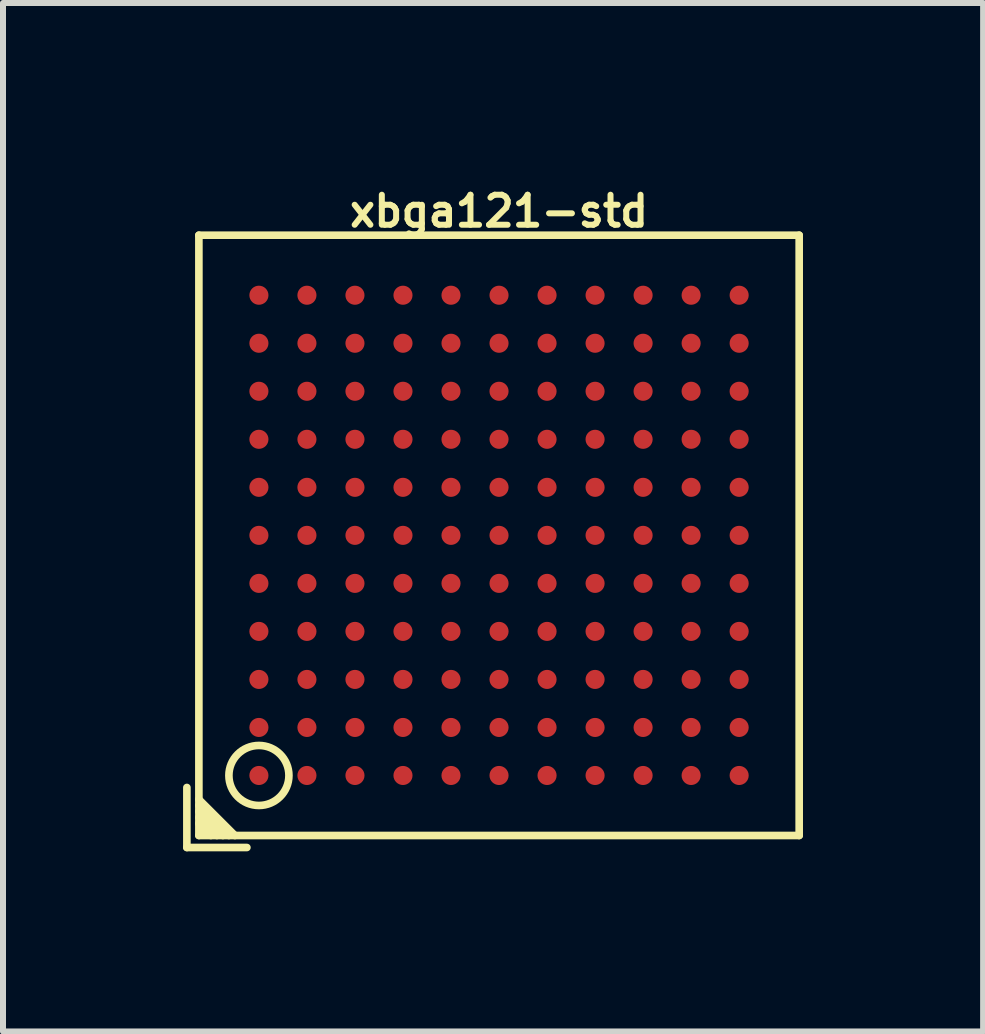
<source format=kicad_pcb>
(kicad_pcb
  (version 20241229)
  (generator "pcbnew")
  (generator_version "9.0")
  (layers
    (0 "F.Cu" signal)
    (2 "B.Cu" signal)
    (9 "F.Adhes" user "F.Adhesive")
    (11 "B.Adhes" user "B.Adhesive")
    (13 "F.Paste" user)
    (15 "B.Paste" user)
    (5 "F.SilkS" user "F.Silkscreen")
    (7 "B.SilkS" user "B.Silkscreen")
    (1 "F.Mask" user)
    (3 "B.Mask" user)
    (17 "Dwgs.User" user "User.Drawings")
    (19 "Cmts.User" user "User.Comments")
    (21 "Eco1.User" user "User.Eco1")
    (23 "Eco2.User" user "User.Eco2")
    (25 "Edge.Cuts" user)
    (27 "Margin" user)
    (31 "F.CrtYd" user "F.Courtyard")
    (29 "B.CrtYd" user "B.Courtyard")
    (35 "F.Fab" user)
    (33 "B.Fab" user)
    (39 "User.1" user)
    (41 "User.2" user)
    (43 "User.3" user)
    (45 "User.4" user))
  (footprint "xbga121-std"
    (layer "F.Cu")
    (at 5.263 5.868)
    (property "Reference" "xbga121-std" (at 0 -5.4 0) (layer "F.SilkS") (effects (font (size 0.5 0.5) (thickness 0.1))))
    (attr through_hole)
    (fp_line (start -5.2 4.2) (end -5.2 5.2) (stroke (width 0.127) (type solid)) (layer "F.SilkS"))
    (fp_line (start -5.2 5.2) (end -4.2 5.2) (stroke (width 0.127) (type solid)) (layer "F.SilkS"))
    (fp_line (start -5 -5) (end -5 5) (stroke (width 0.127) (type solid)) (layer "F.SilkS"))
    (fp_line (start -5 4.7) (end -4.7 5) (stroke (width 0.127) (type solid)) (layer "F.SilkS"))
    (fp_line (start -5 5) (end 5 5) (stroke (width 0.127) (type solid)) (layer "F.SilkS"))
    (fp_line (start -4.8 5) (end -5 4.8) (stroke (width 0.127) (type solid)) (layer "F.SilkS"))
    (fp_line (start -4.6 5) (end -5 4.6) (stroke (width 0.127) (type solid)) (layer "F.SilkS"))
    (fp_line (start -4.5 5) (end -5 4.5) (stroke (width 0.127) (type solid)) (layer "F.SilkS"))
    (fp_line (start -4.4 5) (end -5 4.4) (stroke (width 0.127) (type solid)) (layer "F.SilkS"))
    (fp_line (start 5 -5) (end -5 -5) (stroke (width 0.127) (type solid)) (layer "F.SilkS"))
    (fp_line (start 5 5) (end 5 -5) (stroke (width 0.127) (type solid)) (layer "F.SilkS"))
    (fp_circle (center -4 4) (end -4.4 4.3) (stroke (width 0.127) (type solid)) (fill no) (layer "F.SilkS"))
    (pad "A1" smd circle (at -4 4) (size 0.318 0.318) (layers "F.Cu" "F.Mask" "F.Paste"))
    (pad "A2" smd circle (at -4 3.2) (size 0.318 0.318) (layers "F.Cu" "F.Mask" "F.Paste"))
    (pad "A3" smd circle (at -4 2.4) (size 0.318 0.318) (layers "F.Cu" "F.Mask" "F.Paste"))
    (pad "A4" smd circle (at -4 1.6) (size 0.318 0.318) (layers "F.Cu" "F.Mask" "F.Paste"))
    (pad "A5" smd circle (at -4 0.8) (size 0.318 0.318) (layers "F.Cu" "F.Mask" "F.Paste"))
    (pad "A6" smd circle (at -4 0) (size 0.318 0.318) (layers "F.Cu" "F.Mask" "F.Paste"))
    (pad "A7" smd circle (at -4 -0.8) (size 0.318 0.318) (layers "F.Cu" "F.Mask" "F.Paste"))
    (pad "A8" smd circle (at -4 -1.6) (size 0.318 0.318) (layers "F.Cu" "F.Mask" "F.Paste"))
    (pad "A9" smd circle (at -4 -2.4) (size 0.318 0.318) (layers "F.Cu" "F.Mask" "F.Paste"))
    (pad "A10" smd circle (at -4 -3.2) (size 0.318 0.318) (layers "F.Cu" "F.Mask" "F.Paste"))
    (pad "A11" smd circle (at -4 -4) (size 0.318 0.318) (layers "F.Cu" "F.Mask" "F.Paste"))
    (pad "B1" smd circle (at -3.2 4) (size 0.318 0.318) (layers "F.Cu" "F.Mask" "F.Paste"))
    (pad "B2" smd circle (at -3.2 3.2) (size 0.318 0.318) (layers "F.Cu" "F.Mask" "F.Paste"))
    (pad "B3" smd circle (at -3.2 2.4) (size 0.318 0.318) (layers "F.Cu" "F.Mask" "F.Paste"))
    (pad "B4" smd circle (at -3.2 1.6) (size 0.318 0.318) (layers "F.Cu" "F.Mask" "F.Paste"))
    (pad "B5" smd circle (at -3.2 0.8) (size 0.318 0.318) (layers "F.Cu" "F.Mask" "F.Paste"))
    (pad "B6" smd circle (at -3.2 0) (size 0.318 0.318) (layers "F.Cu" "F.Mask" "F.Paste"))
    (pad "B7" smd circle (at -3.2 -0.8) (size 0.318 0.318) (layers "F.Cu" "F.Mask" "F.Paste"))
    (pad "B8" smd circle (at -3.2 -1.6) (size 0.318 0.318) (layers "F.Cu" "F.Mask" "F.Paste"))
    (pad "B9" smd circle (at -3.2 -2.4) (size 0.318 0.318) (layers "F.Cu" "F.Mask" "F.Paste"))
    (pad "B10" smd circle (at -3.2 -3.2) (size 0.318 0.318) (layers "F.Cu" "F.Mask" "F.Paste"))
    (pad "B11" smd circle (at -3.2 -4) (size 0.318 0.318) (layers "F.Cu" "F.Mask" "F.Paste"))
    (pad "C1" smd circle (at -2.4 4) (size 0.318 0.318) (layers "F.Cu" "F.Mask" "F.Paste"))
    (pad "C2" smd circle (at -2.4 3.2) (size 0.318 0.318) (layers "F.Cu" "F.Mask" "F.Paste"))
    (pad "C3" smd circle (at -2.4 2.4) (size 0.318 0.318) (layers "F.Cu" "F.Mask" "F.Paste"))
    (pad "C4" smd circle (at -2.4 1.6) (size 0.318 0.318) (layers "F.Cu" "F.Mask" "F.Paste"))
    (pad "C5" smd circle (at -2.4 0.8) (size 0.318 0.318) (layers "F.Cu" "F.Mask" "F.Paste"))
    (pad "C6" smd circle (at -2.4 0) (size 0.318 0.318) (layers "F.Cu" "F.Mask" "F.Paste"))
    (pad "C7" smd circle (at -2.4 -0.8) (size 0.318 0.318) (layers "F.Cu" "F.Mask" "F.Paste"))
    (pad "C8" smd circle (at -2.4 -1.6) (size 0.318 0.318) (layers "F.Cu" "F.Mask" "F.Paste"))
    (pad "C9" smd circle (at -2.4 -2.4) (size 0.318 0.318) (layers "F.Cu" "F.Mask" "F.Paste"))
    (pad "C10" smd circle (at -2.4 -3.2) (size 0.318 0.318) (layers "F.Cu" "F.Mask" "F.Paste"))
    (pad "C11" smd circle (at -2.4 -4) (size 0.318 0.318) (layers "F.Cu" "F.Mask" "F.Paste"))
    (pad "D1" smd circle (at -1.6 4) (size 0.318 0.318) (layers "F.Cu" "F.Mask" "F.Paste"))
    (pad "D2" smd circle (at -1.6 3.2) (size 0.318 0.318) (layers "F.Cu" "F.Mask" "F.Paste"))
    (pad "D3" smd circle (at -1.6 2.4) (size 0.318 0.318) (layers "F.Cu" "F.Mask" "F.Paste"))
    (pad "D4" smd circle (at -1.6 1.6) (size 0.318 0.318) (layers "F.Cu" "F.Mask" "F.Paste"))
    (pad "D5" smd circle (at -1.6 0.8) (size 0.318 0.318) (layers "F.Cu" "F.Mask" "F.Paste"))
    (pad "D6" smd circle (at -1.6 0) (size 0.318 0.318) (layers "F.Cu" "F.Mask" "F.Paste"))
    (pad "D7" smd circle (at -1.6 -0.8) (size 0.318 0.318) (layers "F.Cu" "F.Mask" "F.Paste"))
    (pad "D8" smd circle (at -1.6 -1.6) (size 0.318 0.318) (layers "F.Cu" "F.Mask" "F.Paste"))
    (pad "D9" smd circle (at -1.6 -2.4) (size 0.318 0.318) (layers "F.Cu" "F.Mask" "F.Paste"))
    (pad "D10" smd circle (at -1.6 -3.2) (size 0.318 0.318) (layers "F.Cu" "F.Mask" "F.Paste"))
    (pad "D11" smd circle (at -1.6 -4) (size 0.318 0.318) (layers "F.Cu" "F.Mask" "F.Paste"))
    (pad "E1" smd circle (at -0.8 4) (size 0.318 0.318) (layers "F.Cu" "F.Mask" "F.Paste"))
    (pad "E2" smd circle (at -0.8 3.2) (size 0.318 0.318) (layers "F.Cu" "F.Mask" "F.Paste"))
    (pad "E3" smd circle (at -0.8 2.4) (size 0.318 0.318) (layers "F.Cu" "F.Mask" "F.Paste"))
    (pad "E4" smd circle (at -0.8 1.6) (size 0.318 0.318) (layers "F.Cu" "F.Mask" "F.Paste"))
    (pad "E5" smd circle (at -0.8 0.8) (size 0.318 0.318) (layers "F.Cu" "F.Mask" "F.Paste"))
    (pad "E6" smd circle (at -0.8 0) (size 0.318 0.318) (layers "F.Cu" "F.Mask" "F.Paste"))
    (pad "E7" smd circle (at -0.8 -0.8) (size 0.318 0.318) (layers "F.Cu" "F.Mask" "F.Paste"))
    (pad "E8" smd circle (at -0.8 -1.6) (size 0.318 0.318) (layers "F.Cu" "F.Mask" "F.Paste"))
    (pad "E9" smd circle (at -0.8 -2.4) (size 0.318 0.318) (layers "F.Cu" "F.Mask" "F.Paste"))
    (pad "E10" smd circle (at -0.8 -3.2) (size 0.318 0.318) (layers "F.Cu" "F.Mask" "F.Paste"))
    (pad "E11" smd circle (at -0.8 -4) (size 0.318 0.318) (layers "F.Cu" "F.Mask" "F.Paste"))
    (pad "F1" smd circle (at 0 4) (size 0.318 0.318) (layers "F.Cu" "F.Mask" "F.Paste"))
    (pad "F2" smd circle (at 0 3.2) (size 0.318 0.318) (layers "F.Cu" "F.Mask" "F.Paste"))
    (pad "F3" smd circle (at 0 2.4) (size 0.318 0.318) (layers "F.Cu" "F.Mask" "F.Paste"))
    (pad "F4" smd circle (at 0 1.6) (size 0.318 0.318) (layers "F.Cu" "F.Mask" "F.Paste"))
    (pad "F5" smd circle (at 0 0.8) (size 0.318 0.318) (layers "F.Cu" "F.Mask" "F.Paste"))
    (pad "F6" smd circle (at 0 0) (size 0.318 0.318) (layers "F.Cu" "F.Mask" "F.Paste"))
    (pad "F7" smd circle (at 0 -0.8) (size 0.318 0.318) (layers "F.Cu" "F.Mask" "F.Paste"))
    (pad "F8" smd circle (at 0 -1.6) (size 0.318 0.318) (layers "F.Cu" "F.Mask" "F.Paste"))
    (pad "F9" smd circle (at 0 -2.4) (size 0.318 0.318) (layers "F.Cu" "F.Mask" "F.Paste"))
    (pad "F10" smd circle (at 0 -3.2) (size 0.318 0.318) (layers "F.Cu" "F.Mask" "F.Paste"))
    (pad "F11" smd circle (at 0 -4) (size 0.318 0.318) (layers "F.Cu" "F.Mask" "F.Paste"))
    (pad "G1" smd circle (at 0.8 4) (size 0.318 0.318) (layers "F.Cu" "F.Mask" "F.Paste"))
    (pad "G2" smd circle (at 0.8 3.2) (size 0.318 0.318) (layers "F.Cu" "F.Mask" "F.Paste"))
    (pad "G3" smd circle (at 0.8 2.4) (size 0.318 0.318) (layers "F.Cu" "F.Mask" "F.Paste"))
    (pad "G4" smd circle (at 0.8 1.6) (size 0.318 0.318) (layers "F.Cu" "F.Mask" "F.Paste"))
    (pad "G5" smd circle (at 0.8 0.8) (size 0.318 0.318) (layers "F.Cu" "F.Mask" "F.Paste"))
    (pad "G6" smd circle (at 0.8 0) (size 0.318 0.318) (layers "F.Cu" "F.Mask" "F.Paste"))
    (pad "G7" smd circle (at 0.8 -0.8) (size 0.318 0.318) (layers "F.Cu" "F.Mask" "F.Paste"))
    (pad "G8" smd circle (at 0.8 -1.6) (size 0.318 0.318) (layers "F.Cu" "F.Mask" "F.Paste"))
    (pad "G9" smd circle (at 0.8 -2.4) (size 0.318 0.318) (layers "F.Cu" "F.Mask" "F.Paste"))
    (pad "G10" smd circle (at 0.8 -3.2) (size 0.318 0.318) (layers "F.Cu" "F.Mask" "F.Paste"))
    (pad "G11" smd circle (at 0.8 -4) (size 0.318 0.318) (layers "F.Cu" "F.Mask" "F.Paste"))
    (pad "H1" smd circle (at 1.6 4) (size 0.318 0.318) (layers "F.Cu" "F.Mask" "F.Paste"))
    (pad "H2" smd circle (at 1.6 3.2) (size 0.318 0.318) (layers "F.Cu" "F.Mask" "F.Paste"))
    (pad "H3" smd circle (at 1.6 2.4) (size 0.318 0.318) (layers "F.Cu" "F.Mask" "F.Paste"))
    (pad "H4" smd circle (at 1.6 1.6) (size 0.318 0.318) (layers "F.Cu" "F.Mask" "F.Paste"))
    (pad "H5" smd circle (at 1.6 0.8) (size 0.318 0.318) (layers "F.Cu" "F.Mask" "F.Paste"))
    (pad "H6" smd circle (at 1.6 0) (size 0.318 0.318) (layers "F.Cu" "F.Mask" "F.Paste"))
    (pad "H7" smd circle (at 1.6 -0.8) (size 0.318 0.318) (layers "F.Cu" "F.Mask" "F.Paste"))
    (pad "H8" smd circle (at 1.6 -1.6) (size 0.318 0.318) (layers "F.Cu" "F.Mask" "F.Paste"))
    (pad "H9" smd circle (at 1.6 -2.4) (size 0.318 0.318) (layers "F.Cu" "F.Mask" "F.Paste"))
    (pad "H10" smd circle (at 1.6 -3.2) (size 0.318 0.318) (layers "F.Cu" "F.Mask" "F.Paste"))
    (pad "H11" smd circle (at 1.6 -4) (size 0.318 0.318) (layers "F.Cu" "F.Mask" "F.Paste"))
    (pad "J1" smd circle (at 2.4 4) (size 0.318 0.318) (layers "F.Cu" "F.Mask" "F.Paste"))
    (pad "J2" smd circle (at 2.4 3.2) (size 0.318 0.318) (layers "F.Cu" "F.Mask" "F.Paste"))
    (pad "J3" smd circle (at 2.4 2.4) (size 0.318 0.318) (layers "F.Cu" "F.Mask" "F.Paste"))
    (pad "J4" smd circle (at 2.4 1.6) (size 0.318 0.318) (layers "F.Cu" "F.Mask" "F.Paste"))
    (pad "J5" smd circle (at 2.4 0.8) (size 0.318 0.318) (layers "F.Cu" "F.Mask" "F.Paste"))
    (pad "J6" smd circle (at 2.4 0) (size 0.318 0.318) (layers "F.Cu" "F.Mask" "F.Paste"))
    (pad "J7" smd circle (at 2.4 -0.8) (size 0.318 0.318) (layers "F.Cu" "F.Mask" "F.Paste"))
    (pad "J8" smd circle (at 2.4 -1.6) (size 0.318 0.318) (layers "F.Cu" "F.Mask" "F.Paste"))
    (pad "J9" smd circle (at 2.4 -2.4) (size 0.318 0.318) (layers "F.Cu" "F.Mask" "F.Paste"))
    (pad "J10" smd circle (at 2.4 -3.2) (size 0.318 0.318) (layers "F.Cu" "F.Mask" "F.Paste"))
    (pad "J11" smd circle (at 2.4 -4) (size 0.318 0.318) (layers "F.Cu" "F.Mask" "F.Paste"))
    (pad "K1" smd circle (at 3.2 4) (size 0.318 0.318) (layers "F.Cu" "F.Mask" "F.Paste"))
    (pad "K2" smd circle (at 3.2 3.2) (size 0.318 0.318) (layers "F.Cu" "F.Mask" "F.Paste"))
    (pad "K3" smd circle (at 3.2 2.4) (size 0.318 0.318) (layers "F.Cu" "F.Mask" "F.Paste"))
    (pad "K4" smd circle (at 3.2 1.6) (size 0.318 0.318) (layers "F.Cu" "F.Mask" "F.Paste"))
    (pad "K5" smd circle (at 3.2 0.8) (size 0.318 0.318) (layers "F.Cu" "F.Mask" "F.Paste"))
    (pad "K6" smd circle (at 3.2 0) (size 0.318 0.318) (layers "F.Cu" "F.Mask" "F.Paste"))
    (pad "K7" smd circle (at 3.2 -0.8) (size 0.318 0.318) (layers "F.Cu" "F.Mask" "F.Paste"))
    (pad "K8" smd circle (at 3.2 -1.6) (size 0.318 0.318) (layers "F.Cu" "F.Mask" "F.Paste"))
    (pad "K9" smd circle (at 3.2 -2.4) (size 0.318 0.318) (layers "F.Cu" "F.Mask" "F.Paste"))
    (pad "K10" smd circle (at 3.2 -3.2) (size 0.318 0.318) (layers "F.Cu" "F.Mask" "F.Paste"))
    (pad "K11" smd circle (at 3.2 -4) (size 0.318 0.318) (layers "F.Cu" "F.Mask" "F.Paste"))
    (pad "L1" smd circle (at 4 4) (size 0.318 0.318) (layers "F.Cu" "F.Mask" "F.Paste"))
    (pad "L2" smd circle (at 4 3.2) (size 0.318 0.318) (layers "F.Cu" "F.Mask" "F.Paste"))
    (pad "L3" smd circle (at 4 2.4) (size 0.318 0.318) (layers "F.Cu" "F.Mask" "F.Paste"))
    (pad "L4" smd circle (at 4 1.6) (size 0.318 0.318) (layers "F.Cu" "F.Mask" "F.Paste"))
    (pad "L5" smd circle (at 4 0.8) (size 0.318 0.318) (layers "F.Cu" "F.Mask" "F.Paste"))
    (pad "L6" smd circle (at 4 0) (size 0.318 0.318) (layers "F.Cu" "F.Mask" "F.Paste"))
    (pad "L7" smd circle (at 4 -0.8) (size 0.318 0.318) (layers "F.Cu" "F.Mask" "F.Paste"))
    (pad "L8" smd circle (at 4 -1.6) (size 0.318 0.318) (layers "F.Cu" "F.Mask" "F.Paste"))
    (pad "L9" smd circle (at 4 -2.4) (size 0.318 0.318) (layers "F.Cu" "F.Mask" "F.Paste"))
    (pad "L10" smd circle (at 4 -3.2) (size 0.318 0.318) (layers "F.Cu" "F.Mask" "F.Paste"))
    (pad "L11" smd circle (at 4 -4) (size 0.318 0.318) (layers "F.Cu" "F.Mask" "F.Paste")))
  (gr_rect
    (start -3 -3)
    (end 13.327 14.132)
    (stroke (width 0.1) (type default))
    (fill no)
    (layer "Edge.Cuts")))
</source>
